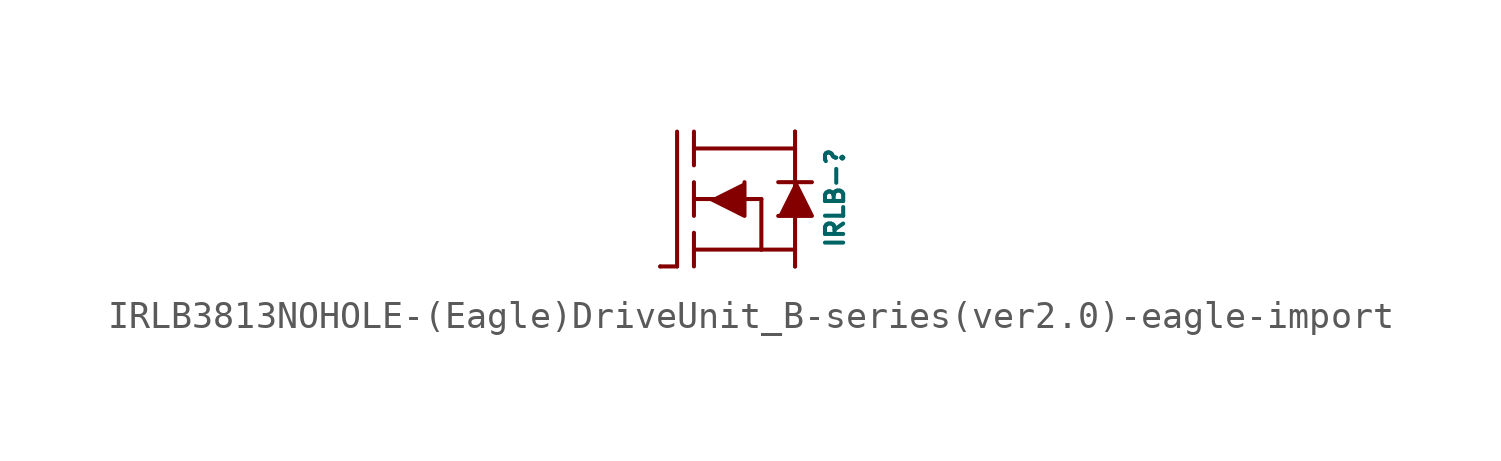
<source format=kicad_sym>
(kicad_symbol_lib
  (version 20220914)
  (generator kicad_symbol_editor)
  (symbol "IRLB3813NOHOLE-(Eagle)DriveUnit_B-series(ver2.0)-eagle-import"
    (pin_names
      (offset 1.016))
    (property "Reference" "IRLB-"
      (at 1.905 -1.905 90)
      (effects (font (size 0.686 0.686)) (justify left bottom)))
    (property "ki_locked" ""
      (at 0 0 0)
      (effects (font (size 1.27 1.27))))
    (symbol "IRLB3813NOHOLE-(Eagle)DriveUnit_B-series(ver2.0)-eagle-import_1_0"
      (polyline (pts (xy -5.08 -2.54) (xy -4.445 -2.54)) (stroke (width 0) (type solid)) (fill (type none)))
      (polyline (pts (xy -4.445 2.54) (xy -4.445 -2.54)) (stroke (width 0) (type solid)) (fill (type none)))
      (polyline (pts (xy -3.81 -1.27) (xy -3.81 -2.54)) (stroke (width 0) (type solid)) (fill (type none)))
      (polyline (pts (xy -3.81 -0.635) (xy -3.81 0.635)) (stroke (width 0) (type solid)) (fill (type none)))
      (polyline (pts (xy -3.81 0) (xy -1.27 0)) (stroke (width 0) (type solid)) (fill (type none)))
      (polyline (pts (xy -3.81 1.27) (xy -3.81 2.54)) (stroke (width 0) (type solid)) (fill (type none)))
      (polyline (pts (xy -3.81 1.905) (xy 0 1.905)) (stroke (width 0) (type solid)) (fill (type none)))
      (polyline (pts (xy -1.27 -1.905) (xy -3.81 -1.905)) (stroke (width 0) (type solid)) (fill (type none)))
      (polyline (pts (xy -1.27 0) (xy -1.27 -1.905)) (stroke (width 0) (type solid)) (fill (type none)))
      (polyline (pts (xy -0.635 0.635) (xy 0.635 0.635)) (stroke (width 0) (type solid)) (fill (type none)))
      (polyline (pts (xy 0 -2.54) (xy 0 -1.905)) (stroke (width 0) (type solid)) (fill (type none)))
      (polyline (pts (xy 0 -1.905) (xy -1.27 -1.905)) (stroke (width 0) (type solid)) (fill (type none)))
      (polyline (pts (xy 0 1.905) (xy 0 -1.905)) (stroke (width 0) (type solid)) (fill (type none)))
      (polyline (pts (xy 0 1.905) (xy 0 2.54)) (stroke (width 0) (type solid)) (fill (type none)))
      (polyline (pts (xy -1.905 0.635) (xy -1.905 -0.635) (xy -3.175 0)) (stroke (width 0) (type solid)) (fill (type outline)))
      (polyline (pts (xy -0.635 -0.635) (xy 0.635 -0.635) (xy 0 0.635)) (stroke (width 0) (type solid)) (fill (type outline)))
      (pin passive line (at 0 2.54 0) (length 0) (name "D" (effects (font (size 0 0)))) (number "DRAIN" (effects (font (size 0 0)))))
      (pin passive line (at -5.08 -2.54 0) (length 0) (name "G" (effects (font (size 0 0)))) (number "GATE" (effects (font (size 0 0)))))
      (pin passive line (at 0 -2.54 0) (length 0) (name "S" (effects (font (size 0 0)))) (number "SOURCE" (effects (font (size 0 0))))))))
</source>
